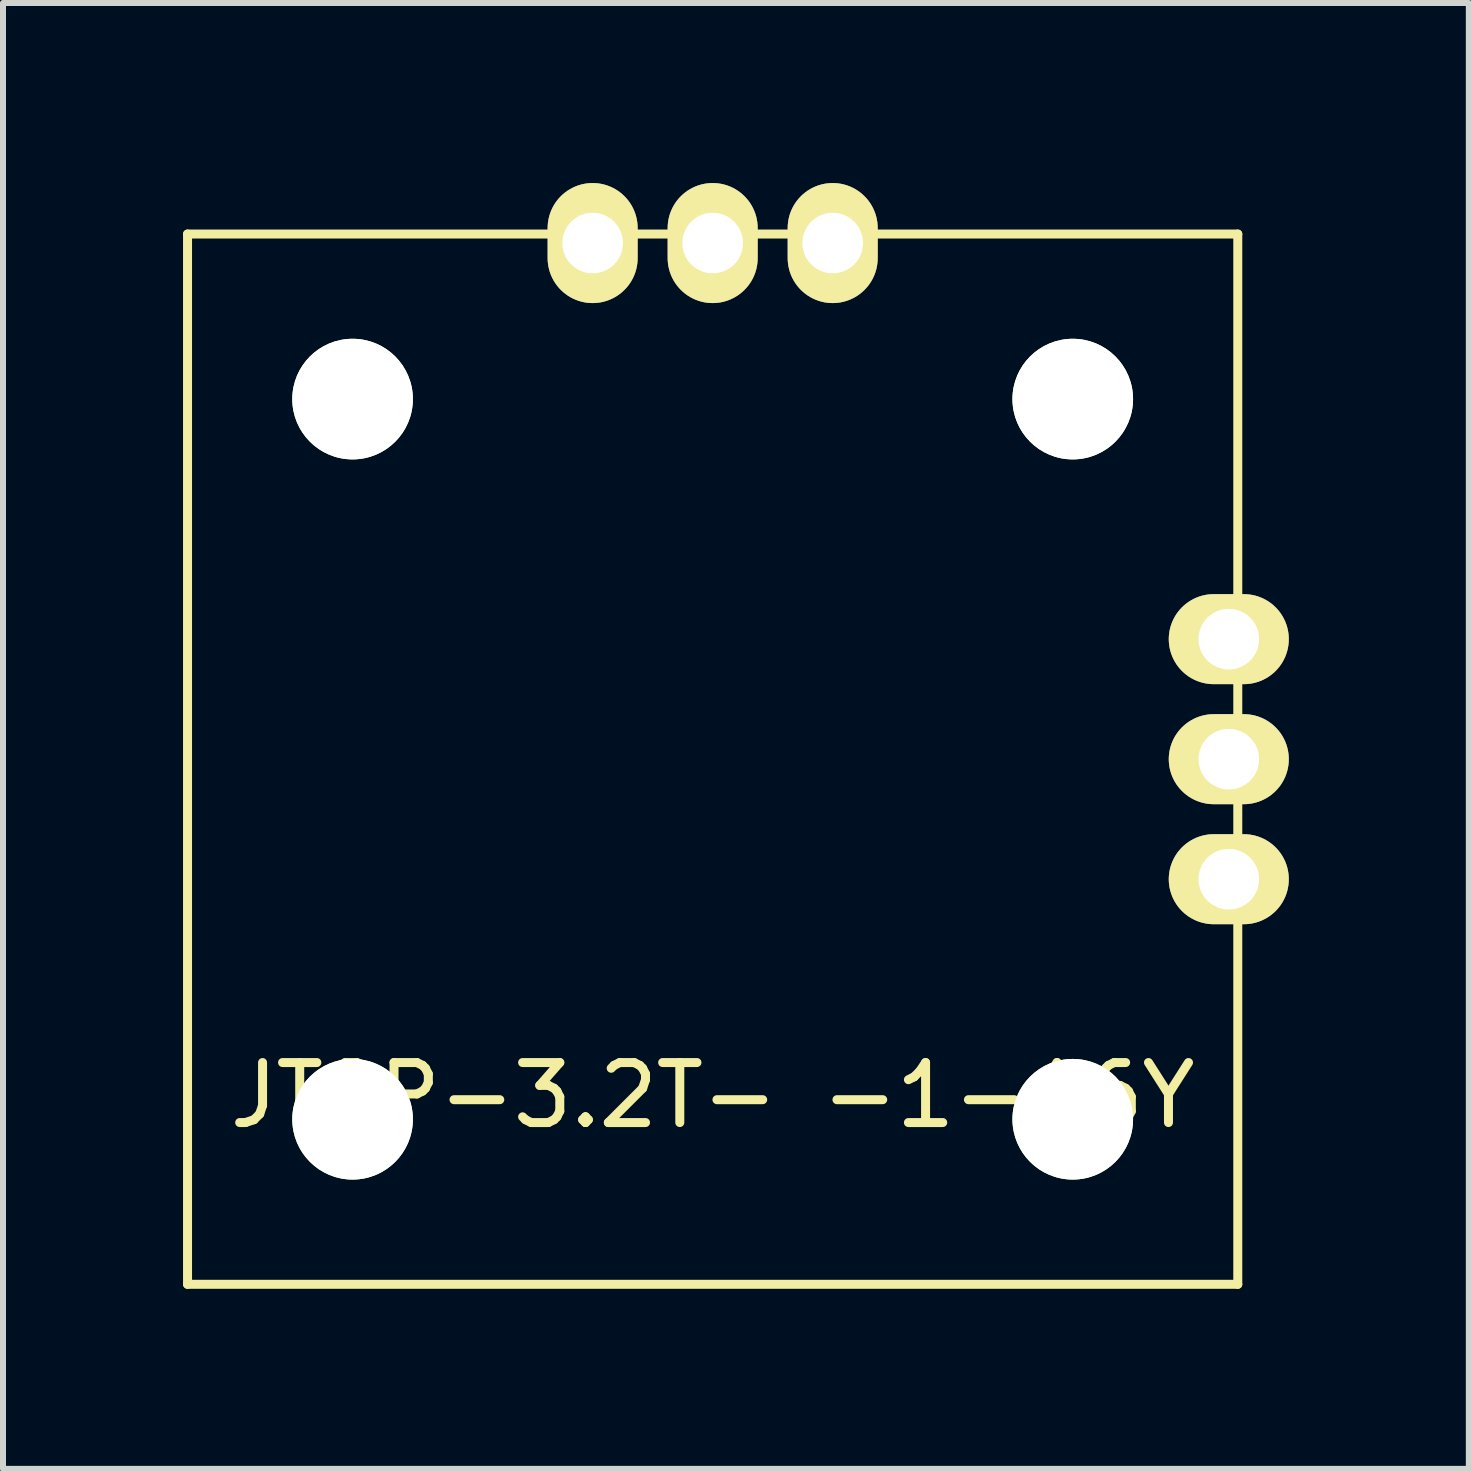
<source format=kicad_pcb>
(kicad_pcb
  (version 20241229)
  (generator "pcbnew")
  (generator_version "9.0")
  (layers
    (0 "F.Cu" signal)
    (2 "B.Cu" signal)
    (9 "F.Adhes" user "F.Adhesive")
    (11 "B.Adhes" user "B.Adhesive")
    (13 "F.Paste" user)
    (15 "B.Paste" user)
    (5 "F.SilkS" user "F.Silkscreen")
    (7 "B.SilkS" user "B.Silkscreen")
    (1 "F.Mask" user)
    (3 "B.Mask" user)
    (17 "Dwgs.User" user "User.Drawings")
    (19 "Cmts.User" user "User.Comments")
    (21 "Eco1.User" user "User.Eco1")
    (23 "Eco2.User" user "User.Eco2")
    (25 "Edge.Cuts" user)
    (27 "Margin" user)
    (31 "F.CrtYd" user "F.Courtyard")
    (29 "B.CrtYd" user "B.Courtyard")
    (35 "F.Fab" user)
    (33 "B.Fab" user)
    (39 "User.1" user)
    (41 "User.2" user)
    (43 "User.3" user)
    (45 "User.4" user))
  (footprint "JT8P-3.2T- -1-16Y"
    (layer "F.Cu")
    (at 8.825 9.6)
    (property "Reference" "JT8P-3.2T- -1-16Y" (at 0 5.6 0) (layer "F.SilkS") (effects (font (size 1 1) (thickness 0.15))))
    (attr through_hole)
    (fp_line (start -8.75 -8.75) (end -8.75 8.75) (stroke (width 0.15) (type solid)) (layer "F.SilkS"))
    (fp_line (start -8.75 -8.75) (end 8.75 -8.75) (stroke (width 0.15) (type solid)) (layer "F.SilkS"))
    (fp_line (start -8.75 8.75) (end 8.75 8.75) (stroke (width 0.15) (type solid)) (layer "F.SilkS"))
    (fp_line (start 8.75 -8.75) (end 8.75 8.75) (stroke (width 0.15) (type solid)) (layer "F.SilkS"))
    (pad "" np_thru_hole circle (at -6 -6) (size 2.01 2.01) (drill 2.01) (layers "*.Cu" "*.Mask" "F.SilkS"))
    (pad "" np_thru_hole circle (at -6 6) (size 2.01 2.01) (drill 2.01) (layers "*.Cu" "*.Mask" "F.SilkS"))
    (pad "" np_thru_hole circle (at 6 -6) (size 2.01 2.01) (drill 2.01) (layers "*.Cu" "*.Mask" "F.SilkS"))
    (pad "" np_thru_hole circle (at 6 6) (size 2.01 2.01) (drill 2.01) (layers "*.Cu" "*.Mask" "F.SilkS"))
    (pad "1" thru_hole oval (at 2 -8.6) (size 1.5 2) (drill 1.01) (layers "*.Cu" "*.Mask" "F.SilkS"))
    (pad "1" thru_hole oval (at 8.6 2) (size 2 1.5) (drill 1.01) (layers "*.Cu" "*.Mask" "F.SilkS"))
    (pad "2" thru_hole oval (at 0 -8.6) (size 1.5 2) (drill 1.01) (layers "*.Cu" "*.Mask" "F.SilkS"))
    (pad "3" thru_hole oval (at -2 -8.6) (size 1.5 2) (drill 1.01) (layers "*.Cu" "*.Mask" "F.SilkS"))
    (pad "3" thru_hole oval (at 8.6 -2) (size 2 1.5) (drill 1.01) (layers "*.Cu" "*.Mask" "F.SilkS"))
    (pad "4" thru_hole oval (at 8.6 0) (size 2 1.5) (drill 1.01) (layers "*.Cu" "*.Mask" "F.SilkS")))
  (gr_rect
    (start -3 -3)
    (end 21.425 21.425)
    (stroke (width 0.1) (type default))
    (fill no)
    (layer "Edge.Cuts")))
</source>
